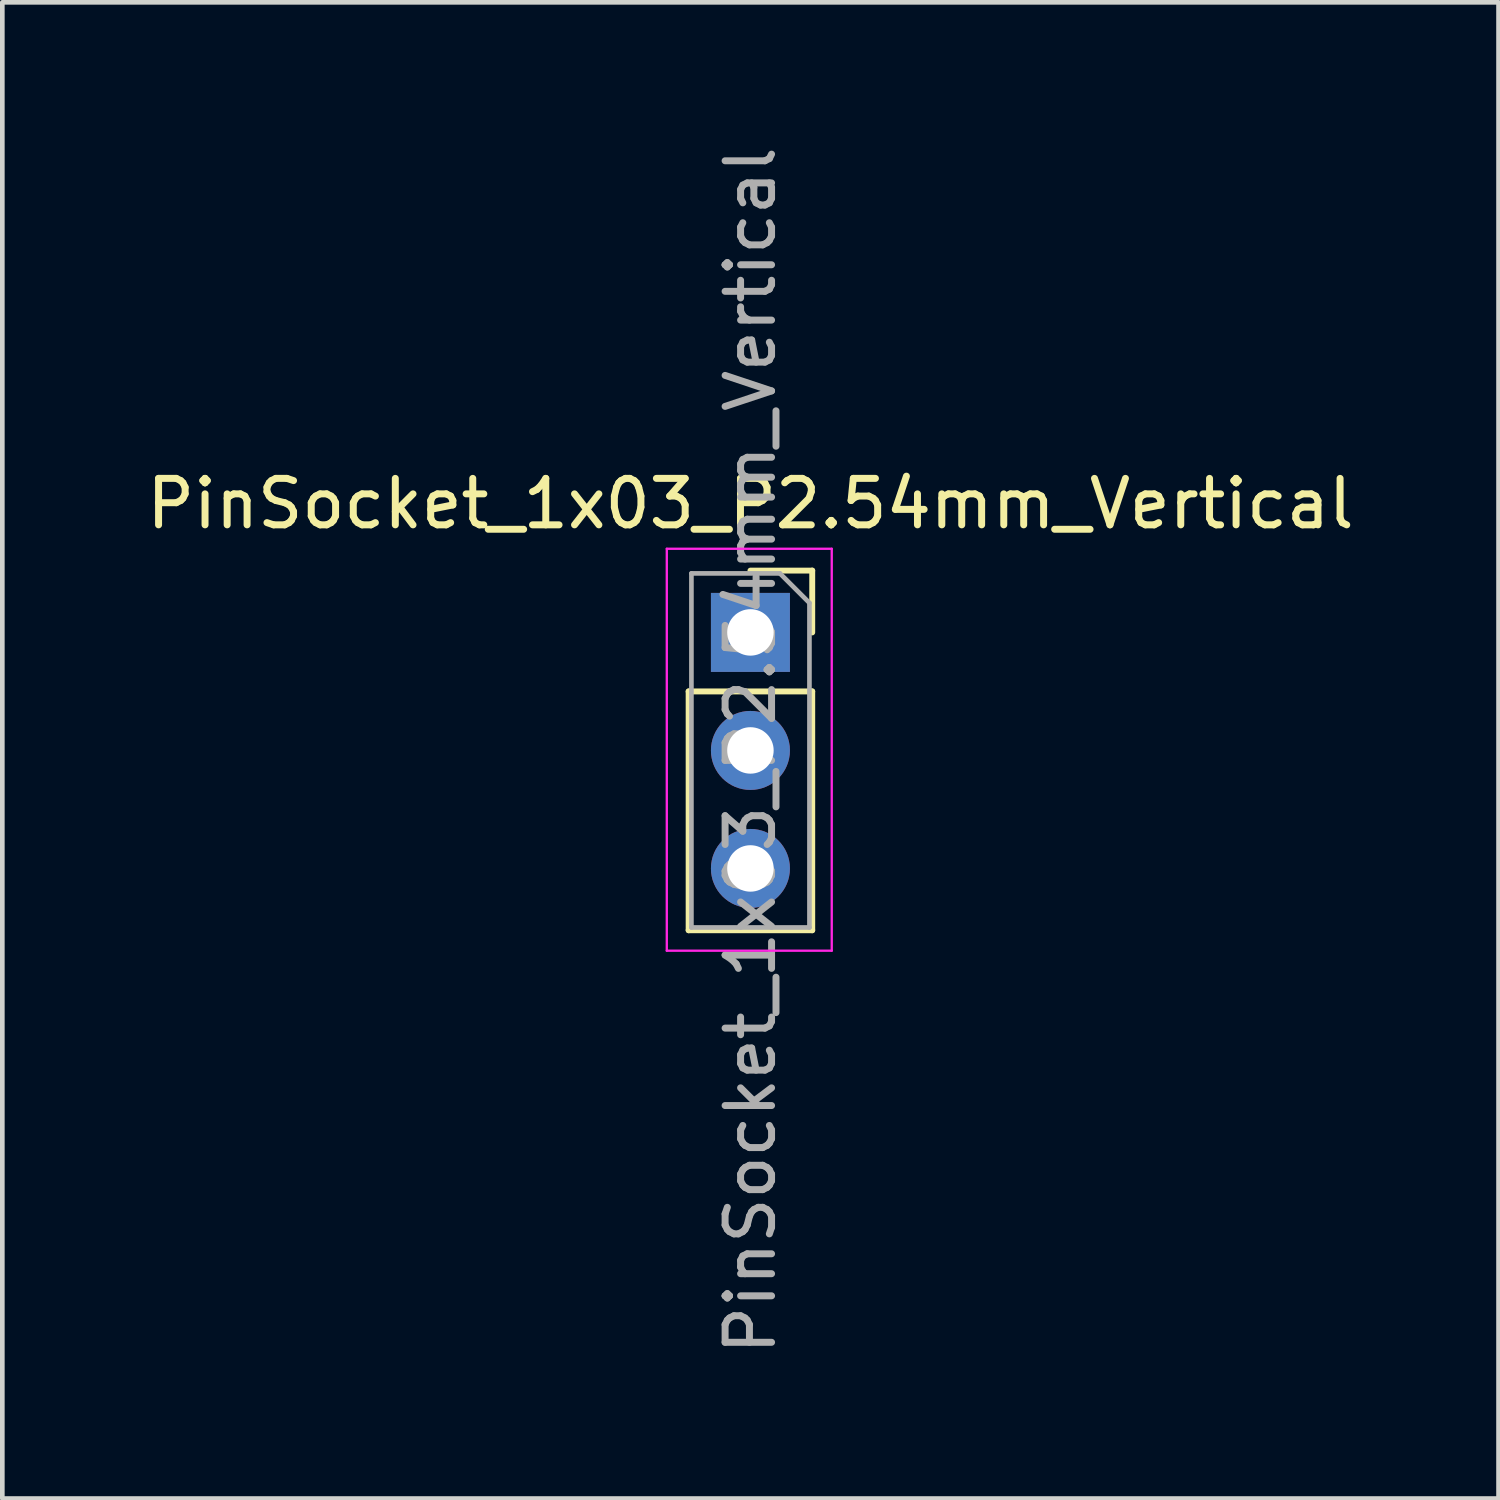
<source format=kicad_pcb>
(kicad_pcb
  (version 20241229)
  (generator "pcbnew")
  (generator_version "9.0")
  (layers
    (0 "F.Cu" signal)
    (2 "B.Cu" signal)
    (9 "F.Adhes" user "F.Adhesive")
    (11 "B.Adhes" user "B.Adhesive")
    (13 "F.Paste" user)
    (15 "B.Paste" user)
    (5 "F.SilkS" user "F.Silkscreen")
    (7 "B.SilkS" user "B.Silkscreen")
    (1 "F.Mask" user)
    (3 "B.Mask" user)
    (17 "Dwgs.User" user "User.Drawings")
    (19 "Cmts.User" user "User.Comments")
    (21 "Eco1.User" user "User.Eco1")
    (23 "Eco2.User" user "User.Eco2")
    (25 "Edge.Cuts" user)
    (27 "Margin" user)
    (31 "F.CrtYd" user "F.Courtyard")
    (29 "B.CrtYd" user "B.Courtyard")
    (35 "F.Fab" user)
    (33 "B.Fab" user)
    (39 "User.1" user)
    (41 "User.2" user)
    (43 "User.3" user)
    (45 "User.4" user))
  (footprint "PinSocket_1x03_P2.54mm_Vertical"
    (layer "F.Cu")
    (at 13.101 10.561)
    (property "Reference" "PinSocket_1x03_P2.54mm_Vertical" (at 0 -2.77 0) (layer "F.SilkS") (effects (font (size 1 1) (thickness 0.15))))
    (attr through_hole)
    (fp_line (start -1.33 1.27) (end -1.33 6.41) (stroke (width 0.127) (type solid)) (layer "F.SilkS"))
    (fp_line (start -1.33 1.27) (end 1.33 1.27) (stroke (width 0.127) (type solid)) (layer "F.SilkS"))
    (fp_line (start -1.33 6.41) (end 1.33 6.41) (stroke (width 0.127) (type solid)) (layer "F.SilkS"))
    (fp_line (start 0 -1.33) (end 1.33 -1.33) (stroke (width 0.127) (type solid)) (layer "F.SilkS"))
    (fp_line (start 1.33 -1.33) (end 1.33 0) (stroke (width 0.127) (type solid)) (layer "F.SilkS"))
    (fp_line (start 1.33 1.27) (end 1.33 6.41) (stroke (width 0.127) (type solid)) (layer "F.SilkS"))
    (fp_line (start -1.8 -1.8) (end 1.75 -1.8) (stroke (width 0.05) (type solid)) (layer "F.CrtYd"))
    (fp_line (start -1.8 6.85) (end -1.8 -1.8) (stroke (width 0.05) (type solid)) (layer "F.CrtYd"))
    (fp_line (start 1.75 -1.8) (end 1.75 6.85) (stroke (width 0.05) (type solid)) (layer "F.CrtYd"))
    (fp_line (start 1.75 6.85) (end -1.8 6.85) (stroke (width 0.05) (type solid)) (layer "F.CrtYd"))
    (fp_line (start -1.27 -1.27) (end 0.635 -1.27) (stroke (width 0.1) (type solid)) (layer "F.Fab"))
    (fp_line (start -1.27 6.35) (end -1.27 -1.27) (stroke (width 0.1) (type solid)) (layer "F.Fab"))
    (fp_line (start 0.635 -1.27) (end 1.27 -0.635) (stroke (width 0.1) (type solid)) (layer "F.Fab"))
    (fp_line (start 1.27 -0.635) (end 1.27 6.35) (stroke (width 0.1) (type solid)) (layer "F.Fab"))
    (fp_line (start 1.27 6.35) (end -1.27 6.35) (stroke (width 0.1) (type solid)) (layer "F.Fab"))
    (fp_text user "${REFERENCE}" (at 0 2.54 90) (layer "F.Fab") (effects (font (size 1 1) (thickness 0.15))))
    (pad "1" thru_hole rect (at 0 0) (size 1.7 1.7) (drill 1) (layers "*.Cu" "*.Mask"))
    (pad "2" thru_hole oval (at 0 2.54) (size 1.7 1.7) (drill 1) (layers "*.Cu" "*.Mask"))
    (pad "3" thru_hole oval (at 0 5.08) (size 1.7 1.7) (drill 1) (layers "*.Cu" "*.Mask")))
  (gr_rect
    (start -3 -3)
    (end 29.202 29.202)
    (stroke (width 0.1) (type default))
    (fill no)
    (layer "Edge.Cuts")))
</source>
